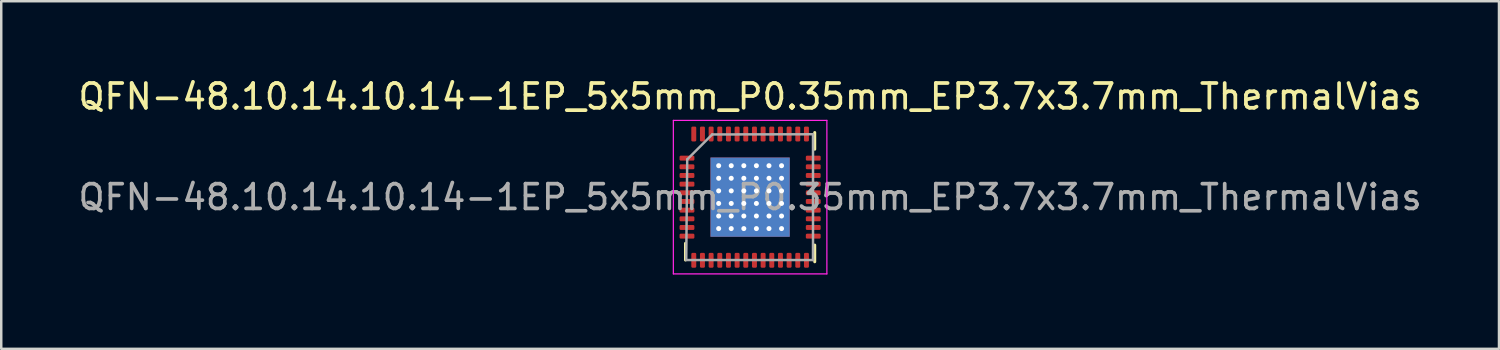
<source format=kicad_pcb>
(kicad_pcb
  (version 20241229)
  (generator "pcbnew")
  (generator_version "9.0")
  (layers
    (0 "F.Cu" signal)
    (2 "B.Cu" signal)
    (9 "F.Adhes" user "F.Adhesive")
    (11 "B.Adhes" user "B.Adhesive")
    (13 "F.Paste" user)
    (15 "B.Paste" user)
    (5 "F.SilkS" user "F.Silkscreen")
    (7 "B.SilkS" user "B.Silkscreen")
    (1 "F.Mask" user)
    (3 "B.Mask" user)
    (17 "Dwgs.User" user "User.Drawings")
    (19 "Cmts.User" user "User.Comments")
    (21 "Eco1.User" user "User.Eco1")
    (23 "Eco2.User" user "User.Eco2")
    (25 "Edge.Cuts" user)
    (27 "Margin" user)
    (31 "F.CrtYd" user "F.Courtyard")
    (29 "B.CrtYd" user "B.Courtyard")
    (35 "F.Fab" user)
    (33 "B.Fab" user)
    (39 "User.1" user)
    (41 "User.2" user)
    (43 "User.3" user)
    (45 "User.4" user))
  (footprint "QFN-48.10.14.10.14-1EP_5x5mm_P0.35mm_EP3.7x3.7mm_ThermalVias"
    (layer "F.Cu")
    (at 27.244 4.912)
    (property "Reference" "QFN-48.10.14.10.14-1EP_5x5mm_P0.35mm_EP3.7x3.7mm_ThermalVias" (at 0 -4.064 180) (layer "F.SilkS") (effects (font (size 1 1) (thickness 0.15))))
    (attr smd)
    (fp_line (start -2.61 2.54) (end -2.61 1.865) (stroke (width 0.12) (type solid)) (layer "F.SilkS"))
    (fp_line (start 2.61 -1.935) (end 2.61 -2.61) (stroke (width 0.12) (type solid)) (layer "F.SilkS"))
    (fp_line (start 2.61 1.935) (end 2.61 2.61) (stroke (width 0.12) (type solid)) (layer "F.SilkS"))
    (fp_line (start -3.1 -3.1) (end -3.1 3.1) (stroke (width 0.05) (type solid)) (layer "F.CrtYd"))
    (fp_line (start -3.1 3.1) (end 3.1 3.1) (stroke (width 0.05) (type solid)) (layer "F.CrtYd"))
    (fp_line (start 3.1 -3.1) (end -3.1 -3.1) (stroke (width 0.05) (type solid)) (layer "F.CrtYd"))
    (fp_line (start 3.1 3.1) (end 3.1 -3.1) (stroke (width 0.05) (type solid)) (layer "F.CrtYd"))
    (fp_line (start -2.58 2.54) (end -2.54 -1.524) (stroke (width 0.1) (type solid)) (layer "F.Fab"))
    (fp_line (start -1.532 -2.532) (end -2.54 -1.524) (stroke (width 0.1) (type solid)) (layer "F.Fab"))
    (fp_line (start -1.532 -2.532) (end 2.54 -2.54) (stroke (width 0.1) (type solid)) (layer "F.Fab"))
    (fp_line (start 2.54 -2.54) (end 2.54 2.54) (stroke (width 0.1) (type solid)) (layer "F.Fab"))
    (fp_line (start 2.54 2.54) (end -2.54 2.54) (stroke (width 0.1) (type solid)) (layer "F.Fab"))
    (fp_text user "${REFERENCE}" (at 0 0 0) (layer "F.Fab") (effects (font (size 1 1) (thickness 0.15))))
    (pad "" smd custom (at -1.067 -1.067 90) (size 0.834 0.834) (layers "F.Paste") (options (anchor circle)) (primitives (gr_poly (pts (xy 0.356 -0.256) (xy 0.356 0.256) (xy 0.256 0.356) (xy -0.256 0.356) (xy -0.356 0.256) (xy -0.356 -0.256) (xy -0.256 -0.356) (xy 0.256 -0.356)) (width 0.243) (fill yes))))
    (pad "" smd custom (at -1.067 0 90) (size 0.834 0.834) (layers "F.Paste") (options (anchor circle)) (primitives (gr_poly (pts (xy 0.356 -0.256) (xy 0.356 0.256) (xy 0.256 0.356) (xy -0.256 0.356) (xy -0.356 0.256) (xy -0.356 -0.256) (xy -0.256 -0.356) (xy 0.256 -0.356)) (width 0.243) (fill yes))))
    (pad "" smd custom (at -1.067 1.067 90) (size 0.834 0.834) (layers "F.Paste") (options (anchor circle)) (primitives (gr_poly (pts (xy 0.356 -0.256) (xy 0.356 0.256) (xy 0.256 0.356) (xy -0.256 0.356) (xy -0.356 0.256) (xy -0.356 -0.256) (xy -0.256 -0.356) (xy 0.256 -0.356)) (width 0.243) (fill yes))))
    (pad "" smd custom (at 0 -1.067 90) (size 0.834 0.834) (layers "F.Paste") (options (anchor circle)) (primitives (gr_poly (pts (xy 0.356 -0.256) (xy 0.356 0.256) (xy 0.256 0.356) (xy -0.256 0.356) (xy -0.356 0.256) (xy -0.356 -0.256) (xy -0.256 -0.356) (xy 0.256 -0.356)) (width 0.243) (fill yes))))
    (pad "" smd custom (at 0 0 90) (size 0.834 0.834) (layers "F.Paste") (options (anchor circle)) (primitives (gr_poly (pts (xy 0.356 -0.256) (xy 0.356 0.256) (xy 0.256 0.356) (xy -0.256 0.356) (xy -0.356 0.256) (xy -0.356 -0.256) (xy -0.256 -0.356) (xy 0.256 -0.356)) (width 0.243) (fill yes))))
    (pad "" smd custom (at 0 1.067 90) (size 0.834 0.834) (layers "F.Paste") (options (anchor circle)) (primitives (gr_poly (pts (xy 0.356 -0.256) (xy 0.356 0.256) (xy 0.256 0.356) (xy -0.256 0.356) (xy -0.356 0.256) (xy -0.356 -0.256) (xy -0.256 -0.356) (xy 0.256 -0.356)) (width 0.243) (fill yes))))
    (pad "" smd custom (at 1.067 -1.067 90) (size 0.834 0.834) (layers "F.Paste") (options (anchor circle)) (primitives (gr_poly (pts (xy 0.356 -0.256) (xy 0.356 0.256) (xy 0.256 0.356) (xy -0.256 0.356) (xy -0.356 0.256) (xy -0.356 -0.256) (xy -0.256 -0.356) (xy 0.256 -0.356)) (width 0.243) (fill yes))))
    (pad "" smd custom (at 1.067 0 90) (size 0.834 0.834) (layers "F.Paste") (options (anchor circle)) (primitives (gr_poly (pts (xy 0.356 -0.256) (xy 0.356 0.256) (xy 0.256 0.356) (xy -0.256 0.356) (xy -0.356 0.256) (xy -0.356 -0.256) (xy -0.256 -0.356) (xy 0.256 -0.356)) (width 0.243) (fill yes))))
    (pad "" smd custom (at 1.067 1.067 90) (size 0.834 0.834) (layers "F.Paste") (options (anchor circle)) (primitives (gr_poly (pts (xy 0.356 -0.256) (xy 0.356 0.256) (xy 0.256 0.356) (xy -0.256 0.356) (xy -0.356 0.256) (xy -0.356 -0.256) (xy -0.256 -0.356) (xy 0.256 -0.356)) (width 0.243) (fill yes))))
    (pad "1" smd roundrect (at -2.55 -1.575 90) (size 0.2 0.6) (layers "F.Cu" "F.Mask" "F.Paste") (roundrect_rratio 0.25))
    (pad "2" smd roundrect (at -2.55 -1.225 90) (size 0.2 0.6) (layers "F.Cu" "F.Mask" "F.Paste") (roundrect_rratio 0.25))
    (pad "3" smd roundrect (at -2.55 -0.875 90) (size 0.2 0.6) (layers "F.Cu" "F.Mask" "F.Paste") (roundrect_rratio 0.25))
    (pad "4" smd roundrect (at -2.55 -0.525 90) (size 0.2 0.6) (layers "F.Cu" "F.Mask" "F.Paste") (roundrect_rratio 0.25))
    (pad "5" smd roundrect (at -2.55 -0.175 90) (size 0.2 0.6) (layers "F.Cu" "F.Mask" "F.Paste") (roundrect_rratio 0.25))
    (pad "6" smd roundrect (at -2.55 0.175 90) (size 0.2 0.6) (layers "F.Cu" "F.Mask" "F.Paste") (roundrect_rratio 0.25))
    (pad "7" smd roundrect (at -2.55 0.525 90) (size 0.2 0.6) (layers "F.Cu" "F.Mask" "F.Paste") (roundrect_rratio 0.25))
    (pad "8" smd roundrect (at -2.55 0.875 90) (size 0.2 0.6) (layers "F.Cu" "F.Mask" "F.Paste") (roundrect_rratio 0.25))
    (pad "9" smd roundrect (at -2.55 1.225 90) (size 0.2 0.6) (layers "F.Cu" "F.Mask" "F.Paste") (roundrect_rratio 0.25))
    (pad "10" smd roundrect (at -2.55 1.575 90) (size 0.2 0.6) (layers "F.Cu" "F.Mask" "F.Paste") (roundrect_rratio 0.25))
    (pad "11" smd roundrect (at -2.275 2.55 90) (size 0.6 0.2) (layers "F.Cu" "F.Mask" "F.Paste") (roundrect_rratio 0.25))
    (pad "12" smd roundrect (at -1.925 2.55 90) (size 0.6 0.2) (layers "F.Cu" "F.Mask" "F.Paste") (roundrect_rratio 0.25))
    (pad "13" smd roundrect (at -1.575 2.55 90) (size 0.6 0.2) (layers "F.Cu" "F.Mask" "F.Paste") (roundrect_rratio 0.25))
    (pad "14" smd roundrect (at -1.225 2.55 90) (size 0.6 0.2) (layers "F.Cu" "F.Mask" "F.Paste") (roundrect_rratio 0.25))
    (pad "15" smd roundrect (at -0.875 2.55 90) (size 0.6 0.2) (layers "F.Cu" "F.Mask" "F.Paste") (roundrect_rratio 0.25))
    (pad "16" smd roundrect (at -0.525 2.55 90) (size 0.6 0.2) (layers "F.Cu" "F.Mask" "F.Paste") (roundrect_rratio 0.25))
    (pad "17" smd roundrect (at -0.175 2.55 90) (size 0.6 0.2) (layers "F.Cu" "F.Mask" "F.Paste") (roundrect_rratio 0.25))
    (pad "18" smd roundrect (at 0.175 2.55 90) (size 0.6 0.2) (layers "F.Cu" "F.Mask" "F.Paste") (roundrect_rratio 0.25))
    (pad "19" smd roundrect (at 0.525 2.55 90) (size 0.6 0.2) (layers "F.Cu" "F.Mask" "F.Paste") (roundrect_rratio 0.25))
    (pad "20" smd roundrect (at 0.875 2.55 90) (size 0.6 0.2) (layers "F.Cu" "F.Mask" "F.Paste") (roundrect_rratio 0.25))
    (pad "21" smd roundrect (at 1.225 2.55 90) (size 0.6 0.2) (layers "F.Cu" "F.Mask" "F.Paste") (roundrect_rratio 0.25))
    (pad "22" smd roundrect (at 1.575 2.55 90) (size 0.6 0.2) (layers "F.Cu" "F.Mask" "F.Paste") (roundrect_rratio 0.25))
    (pad "23" smd roundrect (at 1.925 2.55 90) (size 0.6 0.2) (layers "F.Cu" "F.Mask" "F.Paste") (roundrect_rratio 0.25))
    (pad "24" smd roundrect (at 2.275 2.55 90) (size 0.6 0.2) (layers "F.Cu" "F.Mask" "F.Paste") (roundrect_rratio 0.25))
    (pad "25" smd roundrect (at 2.55 1.575 90) (size 0.2 0.6) (layers "F.Cu" "F.Mask" "F.Paste") (roundrect_rratio 0.25))
    (pad "26" smd roundrect (at 2.55 1.225 90) (size 0.2 0.6) (layers "F.Cu" "F.Mask" "F.Paste") (roundrect_rratio 0.25))
    (pad "27" smd roundrect (at 2.55 0.875 90) (size 0.2 0.6) (layers "F.Cu" "F.Mask" "F.Paste") (roundrect_rratio 0.25))
    (pad "28" smd roundrect (at 2.55 0.525 90) (size 0.2 0.6) (layers "F.Cu" "F.Mask" "F.Paste") (roundrect_rratio 0.25))
    (pad "29" smd roundrect (at 2.55 0.175 90) (size 0.2 0.6) (layers "F.Cu" "F.Mask" "F.Paste") (roundrect_rratio 0.25))
    (pad "30" smd roundrect (at 2.55 -0.175 90) (size 0.2 0.6) (layers "F.Cu" "F.Mask" "F.Paste") (roundrect_rratio 0.25))
    (pad "31" smd roundrect (at 2.55 -0.525 90) (size 0.2 0.6) (layers "F.Cu" "F.Mask" "F.Paste") (roundrect_rratio 0.25))
    (pad "32" smd roundrect (at 2.55 -0.875 90) (size 0.2 0.6) (layers "F.Cu" "F.Mask" "F.Paste") (roundrect_rratio 0.25))
    (pad "33" smd roundrect (at 2.55 -1.225 90) (size 0.2 0.6) (layers "F.Cu" "F.Mask" "F.Paste") (roundrect_rratio 0.25))
    (pad "34" smd roundrect (at 2.55 -1.575 90) (size 0.2 0.6) (layers "F.Cu" "F.Mask" "F.Paste") (roundrect_rratio 0.25))
    (pad "35" smd roundrect (at 2.275 -2.55 90) (size 0.6 0.2) (layers "F.Cu" "F.Mask" "F.Paste") (roundrect_rratio 0.25))
    (pad "36" smd roundrect (at 1.925 -2.55 90) (size 0.6 0.2) (layers "F.Cu" "F.Mask" "F.Paste") (roundrect_rratio 0.25))
    (pad "37" smd roundrect (at 1.575 -2.55 90) (size 0.6 0.2) (layers "F.Cu" "F.Mask" "F.Paste") (roundrect_rratio 0.25))
    (pad "38" smd roundrect (at 1.225 -2.55 90) (size 0.6 0.2) (layers "F.Cu" "F.Mask" "F.Paste") (roundrect_rratio 0.25))
    (pad "39" smd roundrect (at 0.875 -2.55 90) (size 0.6 0.2) (layers "F.Cu" "F.Mask" "F.Paste") (roundrect_rratio 0.25))
    (pad "40" smd roundrect (at 0.525 -2.55 90) (size 0.6 0.2) (layers "F.Cu" "F.Mask" "F.Paste") (roundrect_rratio 0.25))
    (pad "41" smd roundrect (at 0.175 -2.55 90) (size 0.6 0.2) (layers "F.Cu" "F.Mask" "F.Paste") (roundrect_rratio 0.25))
    (pad "42" smd roundrect (at -0.175 -2.55 90) (size 0.6 0.2) (layers "F.Cu" "F.Mask" "F.Paste") (roundrect_rratio 0.25))
    (pad "43" smd roundrect (at -0.525 -2.55 90) (size 0.6 0.2) (layers "F.Cu" "F.Mask" "F.Paste") (roundrect_rratio 0.25))
    (pad "44" smd roundrect (at -0.875 -2.55 90) (size 0.6 0.2) (layers "F.Cu" "F.Mask" "F.Paste") (roundrect_rratio 0.25))
    (pad "45" smd roundrect (at -1.225 -2.55 90) (size 0.6 0.2) (layers "F.Cu" "F.Mask" "F.Paste") (roundrect_rratio 0.25))
    (pad "46" smd roundrect (at -1.575 -2.55 90) (size 0.6 0.2) (layers "F.Cu" "F.Mask" "F.Paste") (roundrect_rratio 0.25))
    (pad "47" smd roundrect (at -1.925 -2.55 90) (size 0.6 0.2) (layers "F.Cu" "F.Mask" "F.Paste") (roundrect_rratio 0.25))
    (pad "48" smd roundrect (at -2.275 -2.55 90) (size 0.6 0.2) (layers "F.Cu" "F.Mask" "F.Paste") (roundrect_rratio 0.25))
    (pad "49" thru_hole circle (at -1.27 -1.27 90) (size 0.452 0.452) (drill 0.203) (layers "*.Cu" "*.Mask"))
    (pad "49" thru_hole circle (at -1.27 -0.762 90) (size 0.452 0.452) (drill 0.203) (layers "*.Cu" "*.Mask"))
    (pad "49" thru_hole circle (at -1.27 -0.254 90) (size 0.452 0.452) (drill 0.203) (layers "*.Cu" "*.Mask"))
    (pad "49" thru_hole circle (at -1.27 0.254 90) (size 0.452 0.452) (drill 0.203) (layers "*.Cu" "*.Mask"))
    (pad "49" thru_hole circle (at -1.27 0.762 90) (size 0.452 0.452) (drill 0.203) (layers "*.Cu" "*.Mask"))
    (pad "49" thru_hole circle (at -1.27 1.27 90) (size 0.452 0.452) (drill 0.203) (layers "*.Cu" "*.Mask"))
    (pad "49" thru_hole circle (at -0.762 -1.27 90) (size 0.452 0.452) (drill 0.203) (layers "*.Cu" "*.Mask"))
    (pad "49" thru_hole circle (at -0.762 -0.762 90) (size 0.452 0.452) (drill 0.203) (layers "*.Cu" "*.Mask"))
    (pad "49" thru_hole circle (at -0.762 -0.254 90) (size 0.452 0.452) (drill 0.203) (layers "*.Cu" "*.Mask"))
    (pad "49" thru_hole circle (at -0.762 0.254 90) (size 0.452 0.452) (drill 0.203) (layers "*.Cu" "*.Mask"))
    (pad "49" thru_hole circle (at -0.762 0.762 90) (size 0.452 0.452) (drill 0.203) (layers "*.Cu" "*.Mask"))
    (pad "49" thru_hole circle (at -0.762 1.27 90) (size 0.452 0.452) (drill 0.203) (layers "*.Cu" "*.Mask"))
    (pad "49" thru_hole circle (at -0.254 -1.27 90) (size 0.452 0.452) (drill 0.203) (layers "*.Cu" "*.Mask"))
    (pad "49" thru_hole circle (at -0.254 -0.762 90) (size 0.452 0.452) (drill 0.203) (layers "*.Cu" "*.Mask"))
    (pad "49" thru_hole circle (at -0.254 -0.254 90) (size 0.452 0.452) (drill 0.203) (layers "*.Cu" "*.Mask"))
    (pad "49" thru_hole circle (at -0.254 0.254 90) (size 0.452 0.452) (drill 0.203) (layers "*.Cu" "*.Mask"))
    (pad "49" thru_hole circle (at -0.254 0.762 90) (size 0.452 0.452) (drill 0.203) (layers "*.Cu" "*.Mask"))
    (pad "49" thru_hole circle (at -0.254 1.27 90) (size 0.452 0.452) (drill 0.203) (layers "*.Cu" "*.Mask"))
    (pad "49" smd rect (at 0 0 90) (size 3.2 3.2) (layers "F.Cu" "F.Mask"))
    (pad "49" smd rect (at 0 0 90) (size 3.2 3.2) (layers "B.Cu"))
    (pad "49" thru_hole circle (at 0.254 -1.27 90) (size 0.452 0.452) (drill 0.203) (layers "*.Cu" "*.Mask"))
    (pad "49" thru_hole circle (at 0.254 -0.762 90) (size 0.452 0.452) (drill 0.203) (layers "*.Cu" "*.Mask"))
    (pad "49" thru_hole circle (at 0.254 -0.254 90) (size 0.452 0.452) (drill 0.203) (layers "*.Cu" "*.Mask"))
    (pad "49" thru_hole circle (at 0.254 0.254 90) (size 0.452 0.452) (drill 0.203) (layers "*.Cu" "*.Mask"))
    (pad "49" thru_hole circle (at 0.254 0.762 90) (size 0.452 0.452) (drill 0.203) (layers "*.Cu" "*.Mask"))
    (pad "49" thru_hole circle (at 0.254 1.27 90) (size 0.452 0.452) (drill 0.203) (layers "*.Cu" "*.Mask"))
    (pad "49" thru_hole circle (at 0.762 -1.27 90) (size 0.452 0.452) (drill 0.203) (layers "*.Cu" "*.Mask"))
    (pad "49" thru_hole circle (at 0.762 -0.762 90) (size 0.452 0.452) (drill 0.203) (layers "*.Cu" "*.Mask"))
    (pad "49" thru_hole circle (at 0.762 -0.254 90) (size 0.452 0.452) (drill 0.203) (layers "*.Cu" "*.Mask"))
    (pad "49" thru_hole circle (at 0.762 0.254 90) (size 0.452 0.452) (drill 0.203) (layers "*.Cu" "*.Mask"))
    (pad "49" thru_hole circle (at 0.762 0.762 90) (size 0.452 0.452) (drill 0.203) (layers "*.Cu" "*.Mask"))
    (pad "49" thru_hole circle (at 0.762 1.27 90) (size 0.452 0.452) (drill 0.203) (layers "*.Cu" "*.Mask"))
    (pad "49" thru_hole circle (at 1.27 -1.27 90) (size 0.452 0.452) (drill 0.203) (layers "*.Cu" "*.Mask"))
    (pad "49" thru_hole circle (at 1.27 -0.762 90) (size 0.452 0.452) (drill 0.203) (layers "*.Cu" "*.Mask"))
    (pad "49" thru_hole circle (at 1.27 -0.254 90) (size 0.452 0.452) (drill 0.203) (layers "*.Cu" "*.Mask"))
    (pad "49" thru_hole circle (at 1.27 0.254 90) (size 0.452 0.452) (drill 0.203) (layers "*.Cu" "*.Mask"))
    (pad "49" thru_hole circle (at 1.27 0.762 90) (size 0.452 0.452) (drill 0.203) (layers "*.Cu" "*.Mask"))
    (pad "49" thru_hole circle (at 1.27 1.27 90) (size 0.452 0.452) (drill 0.203) (layers "*.Cu" "*.Mask")))
  (gr_rect
    (start -3 -3)
    (end 57.488 11.037)
    (stroke (width 0.1) (type default))
    (fill no)
    (layer "Edge.Cuts")))
</source>
